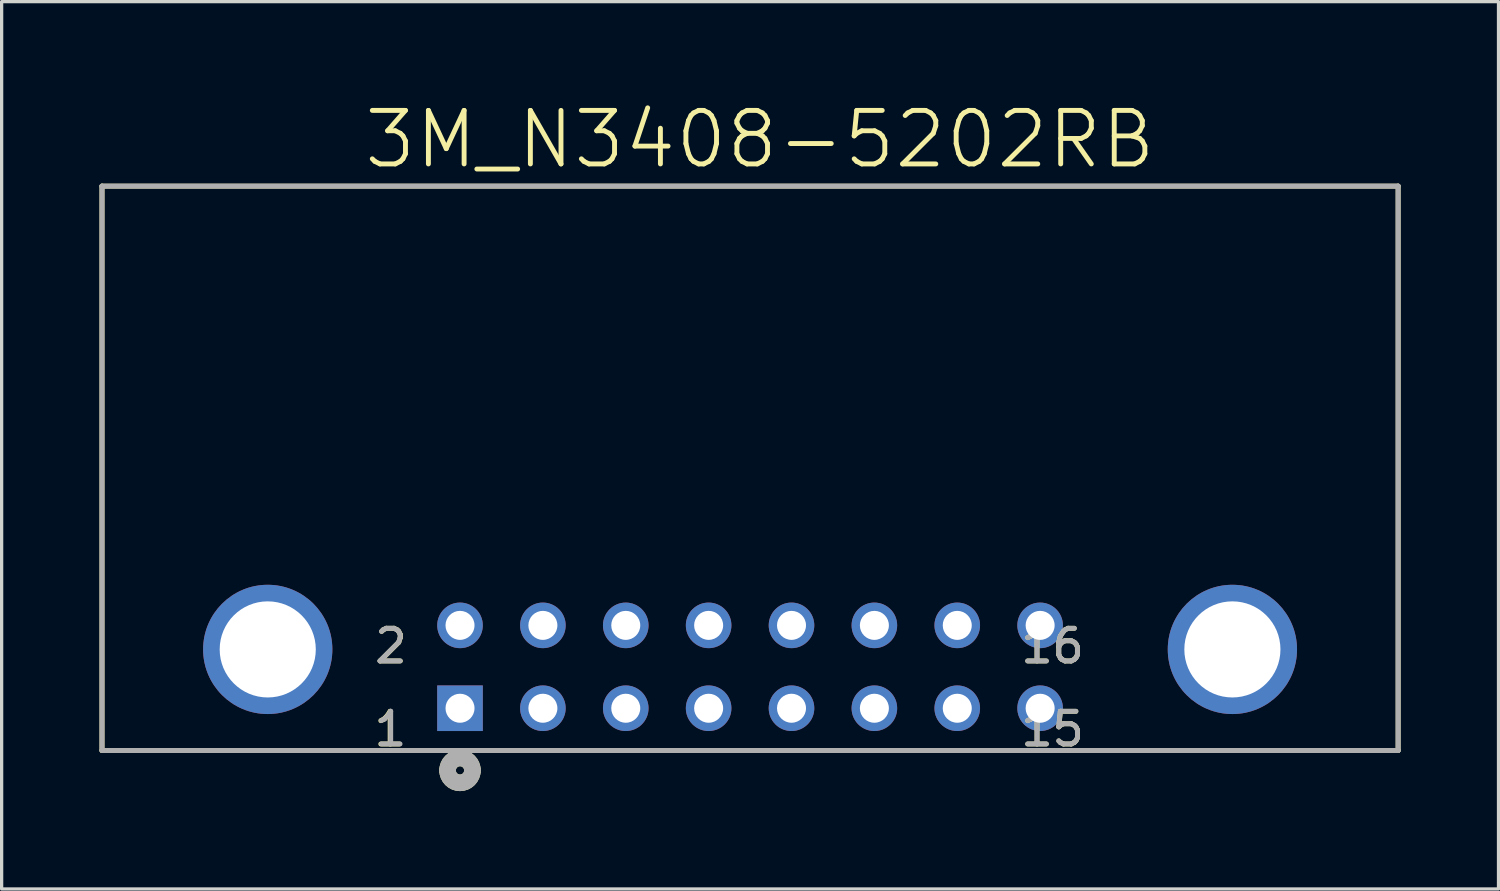
<source format=kicad_pcb>
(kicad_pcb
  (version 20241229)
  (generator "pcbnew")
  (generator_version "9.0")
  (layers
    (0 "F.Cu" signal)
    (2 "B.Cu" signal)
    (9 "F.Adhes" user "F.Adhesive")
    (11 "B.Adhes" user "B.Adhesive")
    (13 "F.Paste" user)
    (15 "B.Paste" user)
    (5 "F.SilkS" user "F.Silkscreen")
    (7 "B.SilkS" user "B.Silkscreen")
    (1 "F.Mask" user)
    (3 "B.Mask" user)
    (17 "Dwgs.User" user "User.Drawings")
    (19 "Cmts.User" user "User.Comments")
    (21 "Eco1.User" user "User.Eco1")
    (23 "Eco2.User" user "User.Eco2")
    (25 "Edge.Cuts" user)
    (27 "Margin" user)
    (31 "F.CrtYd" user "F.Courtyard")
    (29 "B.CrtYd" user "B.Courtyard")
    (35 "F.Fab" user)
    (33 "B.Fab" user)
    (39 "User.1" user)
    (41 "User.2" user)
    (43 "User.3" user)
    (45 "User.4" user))
  (footprint "3M_N3408-5202RB"
    (layer "F.Cu")
    (at 28.829 16.117)
    (property "Reference" "3M_N3408-5202RB" (at -8.59 -14.894 0) (layer "F.SilkS") (effects (font (size 1.641 1.641) (thickness 0.15))))
    (attr through_hole)
    (fp_line (start -28.753 -13.462) (end -28.753 3.835) (stroke (width 0.152) (type solid)) (layer "F.SilkS"))
    (fp_line (start -28.753 3.835) (end 10.973 3.835) (stroke (width 0.152) (type solid)) (layer "F.SilkS"))
    (fp_line (start 10.973 -13.462) (end -28.753 -13.462) (stroke (width 0.152) (type solid)) (layer "F.SilkS"))
    (fp_line (start 10.973 3.835) (end 10.973 -13.462) (stroke (width 0.152) (type solid)) (layer "F.SilkS"))
    (fp_arc (start -18.161 4.445) (mid -17.78 4.064) (end -17.399 4.445) (stroke (width 0.508) (type solid)) (layer "F.SilkS"))
    (fp_arc (start -17.399 4.445) (mid -17.78 4.826) (end -18.161 4.445) (stroke (width 0.508) (type solid)) (layer "F.SilkS"))
    (fp_line (start -28.753 -13.462) (end -28.753 3.835) (stroke (width 0.152) (type solid)) (layer "F.Fab"))
    (fp_line (start -28.753 3.835) (end 10.973 3.835) (stroke (width 0.152) (type solid)) (layer "F.Fab"))
    (fp_line (start 10.973 -13.462) (end -28.753 -13.462) (stroke (width 0.152) (type solid)) (layer "F.Fab"))
    (fp_line (start 10.973 3.835) (end 10.973 -13.462) (stroke (width 0.152) (type solid)) (layer "F.Fab"))
    (fp_arc (start -18.161 4.445) (mid -17.78 4.064) (end -17.399 4.445) (stroke (width 0.508) (type solid)) (layer "F.Fab"))
    (fp_arc (start -17.399 4.445) (mid -17.78 4.826) (end -18.161 4.445) (stroke (width 0.508) (type solid)) (layer "F.Fab"))
    (fp_text user "16" (at 0.381 0.635 0) (layer "F.SilkS") (effects (font (size 1 1) (thickness 0.15))))
    (fp_text user "15" (at 0.382 3.18 0) (layer "F.SilkS") (effects (font (size 1.001 1.001) (thickness 0.15))))
    (fp_text user "2" (at -19.895 0.635 0) (layer "F.SilkS") (effects (font (size 1 1) (thickness 0.15))))
    (fp_text user "1" (at -19.921 3.18 0) (layer "F.SilkS") (effects (font (size 1.002 1.002) (thickness 0.15))))
    (fp_text user "16" (at 0.382 0.636 0) (layer "F.Fab") (effects (font (size 1.002 1.002) (thickness 0.15))))
    (fp_text user "1" (at -19.904 3.178 0) (layer "F.Fab") (effects (font (size 1.001 1.001) (thickness 0.15))))
    (fp_text user "15" (at 0.381 3.179 0) (layer "F.Fab") (effects (font (size 1.001 1.001) (thickness 0.15))))
    (fp_text user "2" (at -19.901 0.635 0) (layer "F.Fab") (effects (font (size 1.001 1.001) (thickness 0.15))))
    (pad "1" thru_hole rect (at -17.78 2.54) (size 1.397 1.397) (drill 0.889) (layers "*.Cu" "*.Mask"))
    (pad "2" thru_hole circle (at -17.78 0) (size 1.397 1.397) (drill 0.889) (layers "*.Cu" "*.Mask"))
    (pad "3" thru_hole circle (at -15.24 2.54) (size 1.397 1.397) (drill 0.889) (layers "*.Cu" "*.Mask"))
    (pad "4" thru_hole circle (at -15.24 0) (size 1.397 1.397) (drill 0.889) (layers "*.Cu" "*.Mask"))
    (pad "5" thru_hole circle (at -12.7 2.54) (size 1.397 1.397) (drill 0.889) (layers "*.Cu" "*.Mask"))
    (pad "6" thru_hole circle (at -12.7 0) (size 1.397 1.397) (drill 0.889) (layers "*.Cu" "*.Mask"))
    (pad "7" thru_hole circle (at -10.16 2.54) (size 1.397 1.397) (drill 0.889) (layers "*.Cu" "*.Mask"))
    (pad "8" thru_hole circle (at -10.16 0) (size 1.397 1.397) (drill 0.889) (layers "*.Cu" "*.Mask"))
    (pad "9" thru_hole circle (at -7.62 2.54) (size 1.397 1.397) (drill 0.889) (layers "*.Cu" "*.Mask"))
    (pad "10" thru_hole circle (at -7.62 0) (size 1.397 1.397) (drill 0.889) (layers "*.Cu" "*.Mask"))
    (pad "11" thru_hole circle (at -5.08 2.54) (size 1.397 1.397) (drill 0.889) (layers "*.Cu" "*.Mask"))
    (pad "12" thru_hole circle (at -5.08 0) (size 1.397 1.397) (drill 0.889) (layers "*.Cu" "*.Mask"))
    (pad "13" thru_hole circle (at -2.54 2.54) (size 1.397 1.397) (drill 0.889) (layers "*.Cu" "*.Mask"))
    (pad "14" thru_hole circle (at -2.54 0) (size 1.397 1.397) (drill 0.889) (layers "*.Cu" "*.Mask"))
    (pad "15" thru_hole circle (at 0 2.54) (size 1.397 1.397) (drill 0.889) (layers "*.Cu" "*.Mask"))
    (pad "16" thru_hole circle (at 0 0) (size 1.397 1.397) (drill 0.889) (layers "*.Cu" "*.Mask"))
    (pad "17" thru_hole circle (at -23.673 0.737) (size 3.962 3.962) (drill 2.946) (layers "*.Cu" "*.Mask"))
    (pad "18" thru_hole circle (at 5.893 0.737) (size 3.962 3.962) (drill 2.946) (layers "*.Cu" "*.Mask")))
  (gr_rect
    (start -3 -3)
    (end 42.878 24.197)
    (stroke (width 0.1) (type default))
    (fill no)
    (layer "Edge.Cuts")))
</source>
